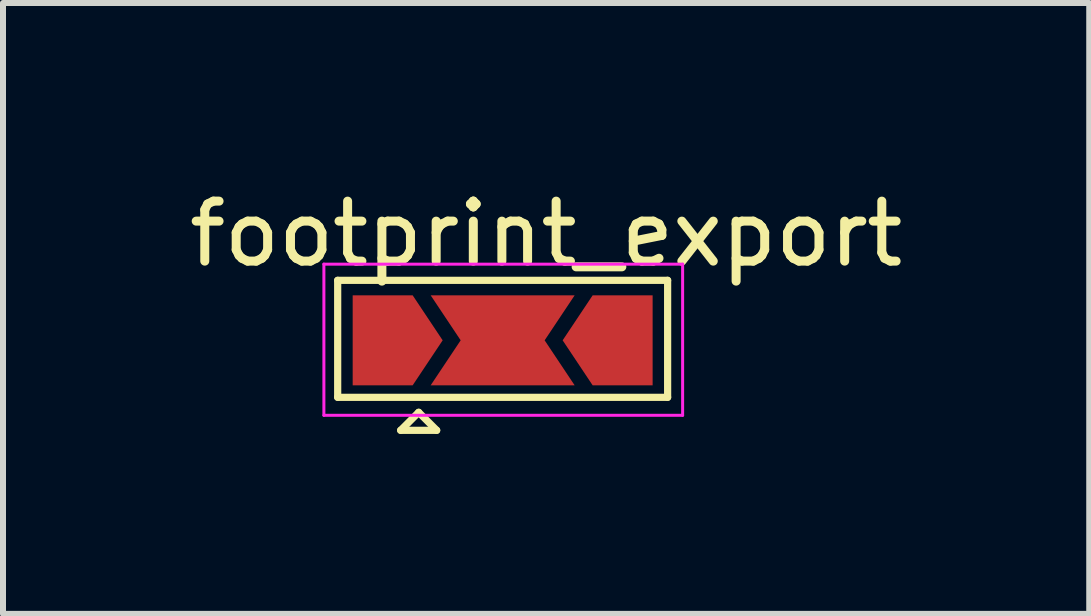
<source format=kicad_pcb>
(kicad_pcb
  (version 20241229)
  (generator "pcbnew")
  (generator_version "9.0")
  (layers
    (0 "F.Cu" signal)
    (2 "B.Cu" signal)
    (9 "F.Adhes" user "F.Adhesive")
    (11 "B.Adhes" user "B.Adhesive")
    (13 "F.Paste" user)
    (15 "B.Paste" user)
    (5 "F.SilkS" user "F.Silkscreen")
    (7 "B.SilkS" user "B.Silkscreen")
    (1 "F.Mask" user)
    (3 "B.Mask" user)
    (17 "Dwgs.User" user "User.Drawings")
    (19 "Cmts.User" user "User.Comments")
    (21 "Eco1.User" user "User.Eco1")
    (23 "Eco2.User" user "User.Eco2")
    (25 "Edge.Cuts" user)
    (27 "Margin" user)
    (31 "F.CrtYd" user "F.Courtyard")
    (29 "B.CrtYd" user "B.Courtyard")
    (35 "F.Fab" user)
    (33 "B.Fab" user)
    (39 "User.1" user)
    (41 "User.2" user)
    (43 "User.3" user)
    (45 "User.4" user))
  (footprint "footprint_export"
    (layer "F.Cu")
    (at 5.329 2.623)
    (property "Reference" "footprint_export" (at 0.725 -1.775 0) (layer "F.SilkS") (effects (font (size 1 1) (thickness 0.15))))
    (attr exclude_from_pos_files exclude_from_bom)
    (fp_line (start -2.75 -1) (end 2.75 -1) (stroke (width 0.12) (type solid)) (layer "F.SilkS"))
    (fp_line (start -2.75 0.95) (end -2.75 -1) (stroke (width 0.12) (type solid)) (layer "F.SilkS"))
    (fp_line (start -1.7 1.5) (end -1.1 1.5) (stroke (width 0.12) (type solid)) (layer "F.SilkS"))
    (fp_line (start -1.4 1.2) (end -1.7 1.5) (stroke (width 0.12) (type solid)) (layer "F.SilkS"))
    (fp_line (start -1.1 1.5) (end -1.4 1.2) (stroke (width 0.12) (type solid)) (layer "F.SilkS"))
    (fp_line (start 2.75 -1) (end 2.75 0.95) (stroke (width 0.12) (type solid)) (layer "F.SilkS"))
    (fp_line (start 2.75 0.95) (end -2.75 0.95) (stroke (width 0.12) (type solid)) (layer "F.SilkS"))
    (fp_line (start -2.98 -1.27) (end -2.98 1.25) (stroke (width 0.05) (type solid)) (layer "F.CrtYd"))
    (fp_line (start -2.98 -1.27) (end 3 -1.27) (stroke (width 0.05) (type solid)) (layer "F.CrtYd"))
    (fp_line (start 3 1.25) (end -2.98 1.25) (stroke (width 0.05) (type solid)) (layer "F.CrtYd"))
    (fp_line (start 3 1.25) (end 3 -1.27) (stroke (width 0.05) (type solid)) (layer "F.CrtYd"))
    (pad "" smd rect (at -1.2 0) (size 1.5 1.5) (layers "F.Mask"))
    (pad "" smd rect (at 1.2 0) (size 1.5 1.5) (layers "F.Mask"))
    (pad "1" smd custom (at -2 0) (size 0.3 0.3) (layers "F.Cu" "F.Mask") (options (anchor rect)) (primitives (gr_poly (pts (xy 1 0) (xy 0.5 0.75) (xy -0.5 0.75) (xy -0.5 -0.75) (xy 0.5 -0.75)) (width 0) (fill yes))))
    (pad "2" smd custom (at 0 0) (size 0.3 0.3) (layers "F.Cu") (options (anchor rect)) (primitives (gr_poly (pts (xy 0.7 0) (xy 1.2 0.75) (xy -1.2 0.75) (xy -0.7 0) (xy -1.2 -0.75) (xy 1.2 -0.75)) (width 0) (fill yes))))
    (pad "3" smd custom (at 2 0 180) (size 0.3 0.3) (layers "F.Cu" "F.Mask") (options (anchor rect)) (primitives (gr_poly (pts (xy 1 0) (xy 0.5 0.75) (xy -0.5 0.75) (xy -0.5 -0.75) (xy 0.5 -0.75)) (width 0) (fill yes)))))
  (gr_rect
    (start -3 -3)
    (end 15.107 7.183)
    (stroke (width 0.1) (type default))
    (fill no)
    (layer "Edge.Cuts")))
</source>
